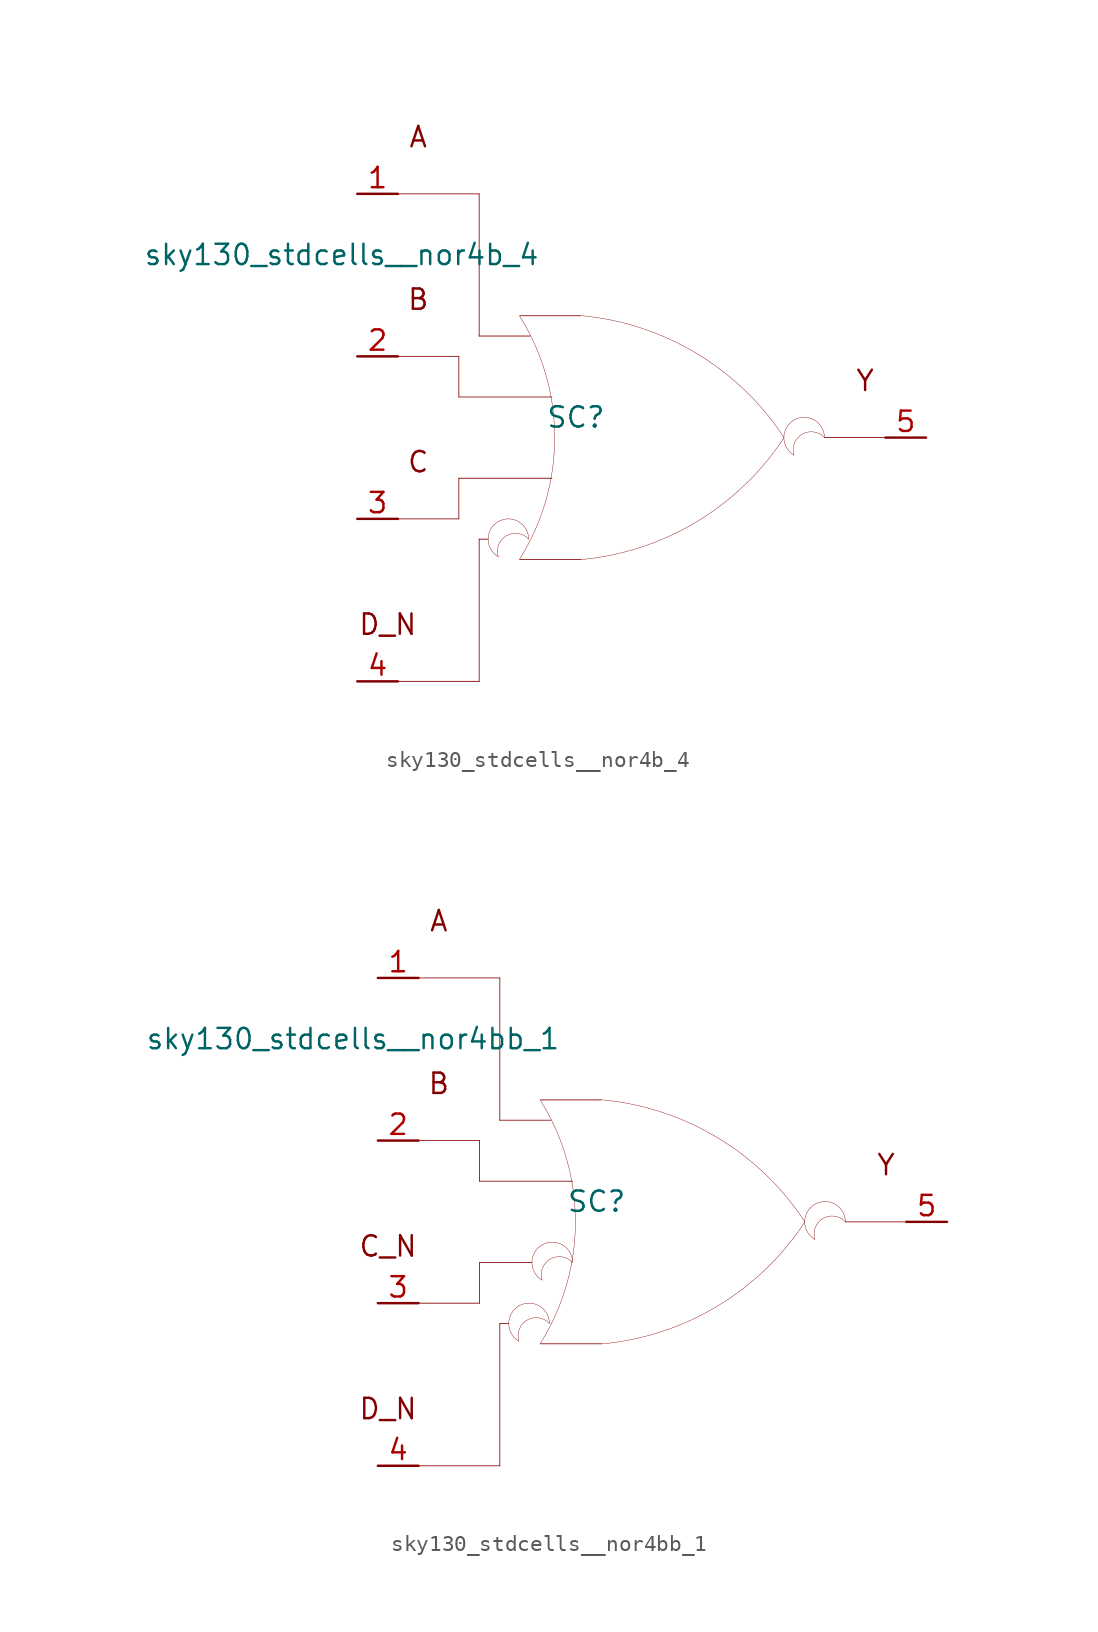
<source format=kicad_sym>
(kicad_symbol_lib
  (version 20211014)
  (generator kicad_symbol_editor)
  (symbol "sky130_stdcells__nor4b_4"
    (pin_names hide)
    (property "Reference" "SC"
      (at -4.115 1.27 0)
      (effects (font (size 1.27 1.27))))
    (property "Value" "sky130_stdcells__nor4b_4"
      (at -6.35 11.43 0)
      (effects (font (size 1.27 1.27)) (justify right)))
    (symbol "sky130_stdcells__nor4b_4_0_0"
      (arc (start -8.9662 -5.2501) (mid -9.6012 -6.35) (end -8.9662 -7.4499) (stroke (width 0.0254) (type default) (color 0 0 0 0)) (fill (type none)))
      (arc (start -7.6405 -7.6142) (mid -6.983 -6.458) (end -6.4362 -5.2456) (stroke (width 0.0254) (type default) (color 0 0 0 0)) (fill (type none)))
      (arc (start -7.0612 -6.35) (mid -8.9181 -5.8757) (end -8.9662 -7.4499) (stroke (width 0.0254) (type default) (color 0 0 0 0)) (fill (type none)))
      (arc (start -7.0612 -6.35) (mid -7.6962 -5.2502) (end -8.9662 -5.2501) (stroke (width 0.0254) (type default) (color 0 0 0 0)) (fill (type none)))
      (arc (start -6.4362 -5.2456) (mid -6.0013 -3.9755) (end -5.688 -2.6701) (stroke (width 0.0254) (type default) (color 0 0 0 0)) (fill (type none)))
      (arc (start -6.418 5.1993) (mid -6.9662 6.4248) (end -7.6273 7.5932) (stroke (width 0.0254) (type default) (color 0 0 0 0)) (fill (type none)))
      (arc (start -5.688 -2.6701) (mid -5.4988 -1.341) (end -5.4356 0) (stroke (width 0.0254) (type default) (color 0 0 0 0)) (fill (type none)))
      (arc (start -5.6834 2.6456) (mid -5.9911 3.9396) (end -6.418 5.1993) (stroke (width 0.0254) (type default) (color 0 0 0 0)) (fill (type none)))
      (arc (start -5.4356 0) (mid -5.4977 1.3286) (end -5.6834 2.6456) (stroke (width 0.0254) (type default) (color 0 0 0 0)) (fill (type none)))
      (arc (start -3.8212 -7.6288) (mid 3.3927 -5.2884) (end 8.8734 -0.0463) (stroke (width 0.0254) (type default) (color 0 0 0 0)) (fill (type none)))
      (polyline (pts (xy -15.24 -15.24) (xy -10.16 -15.24)) (stroke (width 0.051) (type default) (color 0 0 0 0)) (fill (type none)))
      (polyline (pts (xy -15.24 -5.08) (xy -11.43 -5.08)) (stroke (width 0.051) (type default) (color 0 0 0 0)) (fill (type none)))
      (polyline (pts (xy -15.24 5.08) (xy -11.43 5.08)) (stroke (width 0.051) (type default) (color 0 0 0 0)) (fill (type none)))
      (polyline (pts (xy -15.24 15.24) (xy -10.16 15.24)) (stroke (width 0.051) (type default) (color 0 0 0 0)) (fill (type none)))
      (polyline (pts (xy -11.43 -2.54) (xy -11.43 -5.08)) (stroke (width 0.051) (type default) (color 0 0 0 0)) (fill (type none)))
      (polyline (pts (xy -11.43 -2.54) (xy -5.613 -2.54)) (stroke (width 0.051) (type default) (color 0 0 0 0)) (fill (type none)))
      (polyline (pts (xy -11.43 2.54) (xy -5.613 2.54)) (stroke (width 0.051) (type default) (color 0 0 0 0)) (fill (type none)))
      (polyline (pts (xy -11.43 5.08) (xy -11.43 2.54)) (stroke (width 0.051) (type default) (color 0 0 0 0)) (fill (type none)))
      (polyline (pts (xy -10.16 -6.35) (xy -10.16 -15.24)) (stroke (width 0.051) (type default) (color 0 0 0 0)) (fill (type none)))
      (polyline (pts (xy -10.16 -6.35) (xy -9.601 -6.35)) (stroke (width 0.051) (type default) (color 0 0 0 0)) (fill (type none)))
      (polyline (pts (xy -10.16 6.35) (xy -6.985 6.35)) (stroke (width 0.051) (type default) (color 0 0 0 0)) (fill (type none)))
      (polyline (pts (xy -10.16 15.24) (xy -10.16 6.35)) (stroke (width 0.051) (type default) (color 0 0 0 0)) (fill (type none)))
      (polyline (pts (xy -7.62 -7.62) (xy -3.81 -7.62)) (stroke (width 0.051) (type default) (color 0 0 0 0)) (fill (type none)))
      (polyline (pts (xy -7.62 7.62) (xy -3.81 7.62)) (stroke (width 0.051) (type default) (color 0 0 0 0)) (fill (type none)))
      (polyline (pts (xy 11.43 0) (xy 15.24 0)) (stroke (width 0.051) (type default) (color 0 0 0 0)) (fill (type none)))
      (arc (start 8.9061 -0.0034) (mid 3.4437 5.2578) (end -3.762 7.6234) (stroke (width 0.0254) (type default) (color 0 0 0 0)) (fill (type none)))
      (arc (start 9.525 1.0999) (mid 8.89 0) (end 9.525 -1.0999) (stroke (width 0.0254) (type default) (color 0 0 0 0)) (fill (type none)))
      (arc (start 11.43 0) (mid 9.5731 0.4743) (end 9.525 -1.0999) (stroke (width 0.0254) (type default) (color 0 0 0 0)) (fill (type none)))
      (arc (start 11.43 0) (mid 10.795 1.0998) (end 9.525 1.0999) (stroke (width 0.0254) (type default) (color 0 0 0 0)) (fill (type none)))
      (text "A" (at -13.97 18.796 0) (effects (font (size 1.27 1.27))))
      (text "B" (at -13.97 8.636 0) (effects (font (size 1.27 1.27))))
      (text "C" (at -13.97 -1.524 0) (effects (font (size 1.27 1.27))))
      (text "D_N" (at -15.875 -11.684 0) (effects (font (size 1.27 1.27))))
      (text "Y" (at 13.97 3.556 0) (effects (font (size 1.27 1.27)))))
    (symbol "sky130_stdcells__nor4b_4_1_1"
      (pin input line (at -17.78 15.24 0) (length 2.54) (name "A" (effects (font (size 1.092 1.092)))) (number "1" (effects (font (size 1.27 1.27)))))
      (pin input line (at -17.78 5.08 0) (length 2.54) (name "B" (effects (font (size 1.092 1.092)))) (number "2" (effects (font (size 1.27 1.27)))))
      (pin input line (at -17.78 -5.08 0) (length 2.54) (name "C" (effects (font (size 1.092 1.092)))) (number "3" (effects (font (size 1.27 1.27)))))
      (pin input line (at -17.78 -15.24 0) (length 2.54) (name "D_N" (effects (font (size 1.092 1.092)))) (number "4" (effects (font (size 1.27 1.27)))))
      (pin output line (at 17.78 0 180) (length 2.54) (name "Y" (effects (font (size 1.092 1.092)))) (number "5" (effects (font (size 1.27 1.27)))))))
  (symbol "sky130_stdcells__nor4bb_1"
    (pin_names hide)
    (property "Reference" "SC"
      (at -4.115 1.27 0)
      (effects (font (size 1.27 1.27))))
    (property "Value" "sky130_stdcells__nor4bb_1"
      (at -6.35 11.43 0)
      (effects (font (size 1.27 1.27)) (justify right)))
    (symbol "sky130_stdcells__nor4bb_1_0_0"
      (arc (start -8.9662 -5.2501) (mid -9.6012 -6.35) (end -8.9662 -7.4499) (stroke (width 0.0254) (type default) (color 0 0 0 0)) (fill (type none)))
      (arc (start -7.6405 -7.6142) (mid -6.983 -6.458) (end -6.4362 -5.2456) (stroke (width 0.0254) (type default) (color 0 0 0 0)) (fill (type none)))
      (arc (start -7.5184 -1.4401) (mid -8.1534 -2.54) (end -7.5184 -3.6399) (stroke (width 0.0254) (type default) (color 0 0 0 0)) (fill (type none)))
      (arc (start -7.0612 -6.35) (mid -8.9181 -5.8757) (end -8.9662 -7.4499) (stroke (width 0.0254) (type default) (color 0 0 0 0)) (fill (type none)))
      (arc (start -7.0612 -6.35) (mid -7.6962 -5.2502) (end -8.9662 -5.2501) (stroke (width 0.0254) (type default) (color 0 0 0 0)) (fill (type none)))
      (arc (start -6.4362 -5.2456) (mid -6.0013 -3.9755) (end -5.688 -2.6701) (stroke (width 0.0254) (type default) (color 0 0 0 0)) (fill (type none)))
      (arc (start -6.418 5.1993) (mid -6.9662 6.4248) (end -7.6273 7.5932) (stroke (width 0.0254) (type default) (color 0 0 0 0)) (fill (type none)))
      (arc (start -5.688 -2.6701) (mid -5.4988 -1.341) (end -5.4356 0) (stroke (width 0.0254) (type default) (color 0 0 0 0)) (fill (type none)))
      (arc (start -5.6834 2.6456) (mid -5.9911 3.9396) (end -6.418 5.1993) (stroke (width 0.0254) (type default) (color 0 0 0 0)) (fill (type none)))
      (arc (start -5.6134 -2.54) (mid -7.4703 -2.0657) (end -7.5184 -3.6399) (stroke (width 0.0254) (type default) (color 0 0 0 0)) (fill (type none)))
      (arc (start -5.6134 -2.54) (mid -6.2484 -1.4402) (end -7.5184 -1.4401) (stroke (width 0.0254) (type default) (color 0 0 0 0)) (fill (type none)))
      (arc (start -5.4356 0) (mid -5.4977 1.3286) (end -5.6834 2.6456) (stroke (width 0.0254) (type default) (color 0 0 0 0)) (fill (type none)))
      (arc (start -3.8212 -7.6288) (mid 3.3927 -5.2884) (end 8.8734 -0.0463) (stroke (width 0.0254) (type default) (color 0 0 0 0)) (fill (type none)))
      (polyline (pts (xy -15.24 -15.24) (xy -10.16 -15.24)) (stroke (width 0.051) (type default) (color 0 0 0 0)) (fill (type none)))
      (polyline (pts (xy -15.24 -5.08) (xy -11.43 -5.08)) (stroke (width 0.051) (type default) (color 0 0 0 0)) (fill (type none)))
      (polyline (pts (xy -15.24 5.08) (xy -11.43 5.08)) (stroke (width 0.051) (type default) (color 0 0 0 0)) (fill (type none)))
      (polyline (pts (xy -15.24 15.24) (xy -10.16 15.24)) (stroke (width 0.051) (type default) (color 0 0 0 0)) (fill (type none)))
      (polyline (pts (xy -11.43 -2.54) (xy -11.43 -5.08)) (stroke (width 0.051) (type default) (color 0 0 0 0)) (fill (type none)))
      (polyline (pts (xy -11.43 -2.54) (xy -8.153 -2.54)) (stroke (width 0.051) (type default) (color 0 0 0 0)) (fill (type none)))
      (polyline (pts (xy -11.43 2.54) (xy -5.613 2.54)) (stroke (width 0.051) (type default) (color 0 0 0 0)) (fill (type none)))
      (polyline (pts (xy -11.43 5.08) (xy -11.43 2.54)) (stroke (width 0.051) (type default) (color 0 0 0 0)) (fill (type none)))
      (polyline (pts (xy -10.16 -6.35) (xy -10.16 -15.24)) (stroke (width 0.051) (type default) (color 0 0 0 0)) (fill (type none)))
      (polyline (pts (xy -10.16 -6.35) (xy -9.601 -6.35)) (stroke (width 0.051) (type default) (color 0 0 0 0)) (fill (type none)))
      (polyline (pts (xy -10.16 6.35) (xy -6.985 6.35)) (stroke (width 0.051) (type default) (color 0 0 0 0)) (fill (type none)))
      (polyline (pts (xy -10.16 15.24) (xy -10.16 6.35)) (stroke (width 0.051) (type default) (color 0 0 0 0)) (fill (type none)))
      (polyline (pts (xy -7.62 -7.62) (xy -3.81 -7.62)) (stroke (width 0.051) (type default) (color 0 0 0 0)) (fill (type none)))
      (polyline (pts (xy -7.62 7.62) (xy -3.81 7.62)) (stroke (width 0.051) (type default) (color 0 0 0 0)) (fill (type none)))
      (polyline (pts (xy 11.43 0) (xy 15.24 0)) (stroke (width 0.051) (type default) (color 0 0 0 0)) (fill (type none)))
      (arc (start 8.9061 -0.0034) (mid 3.4437 5.2578) (end -3.762 7.6234) (stroke (width 0.0254) (type default) (color 0 0 0 0)) (fill (type none)))
      (arc (start 9.525 1.0999) (mid 8.89 0) (end 9.525 -1.0999) (stroke (width 0.0254) (type default) (color 0 0 0 0)) (fill (type none)))
      (arc (start 11.43 0) (mid 9.5731 0.4743) (end 9.525 -1.0999) (stroke (width 0.0254) (type default) (color 0 0 0 0)) (fill (type none)))
      (arc (start 11.43 0) (mid 10.795 1.0998) (end 9.525 1.0999) (stroke (width 0.0254) (type default) (color 0 0 0 0)) (fill (type none)))
      (text "A" (at -13.97 18.796 0) (effects (font (size 1.27 1.27))))
      (text "B" (at -13.97 8.636 0) (effects (font (size 1.27 1.27))))
      (text "C_N" (at -17.145 -1.524 0) (effects (font (size 1.27 1.27))))
      (text "D_N" (at -17.145 -11.684 0) (effects (font (size 1.27 1.27))))
      (text "Y" (at 13.97 3.556 0) (effects (font (size 1.27 1.27)))))
    (symbol "sky130_stdcells__nor4bb_1_1_1"
      (pin input line (at -17.78 15.24 0) (length 2.54) (name "A" (effects (font (size 1.092 1.092)))) (number "1" (effects (font (size 1.27 1.27)))))
      (pin input line (at -17.78 5.08 0) (length 2.54) (name "B" (effects (font (size 1.092 1.092)))) (number "2" (effects (font (size 1.27 1.27)))))
      (pin input line (at -17.78 -5.08 0) (length 2.54) (name "C_N" (effects (font (size 1.092 1.092)))) (number "3" (effects (font (size 1.27 1.27)))))
      (pin input line (at -17.78 -15.24 0) (length 2.54) (name "D_N" (effects (font (size 1.092 1.092)))) (number "4" (effects (font (size 1.27 1.27)))))
      (pin output line (at 17.78 0 180) (length 2.54) (name "Y" (effects (font (size 1.092 1.092)))) (number "5" (effects (font (size 1.27 1.27))))))))
</source>
